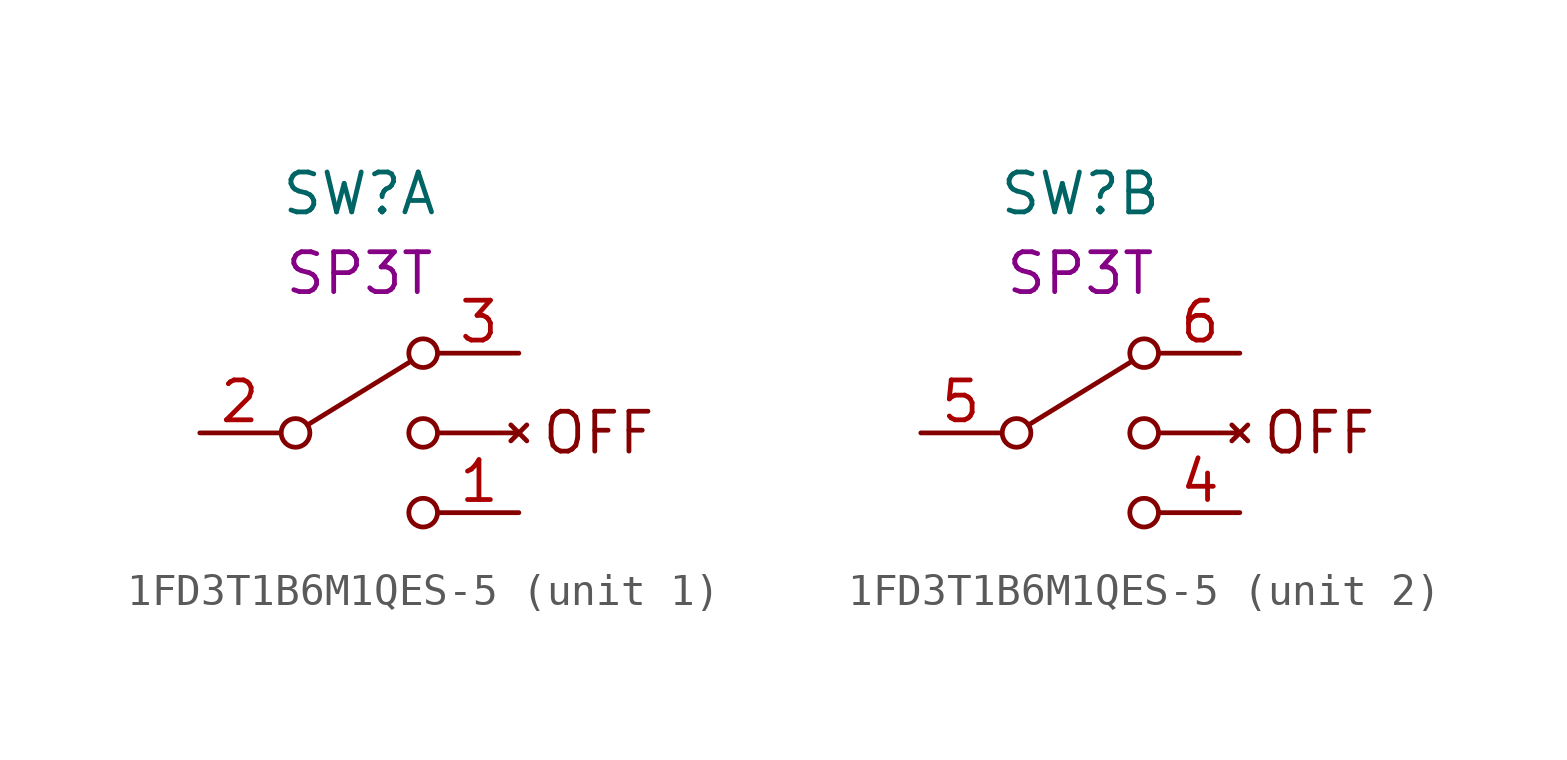
<source format=kicad_sym>
(kicad_symbol_lib
  (version 20220914)
  (generator kicad_symbol_editor)
  (symbol "1FD3T1B6M1QES-5"
    (pin_names
      (offset 0) hide)
    (property "Reference" "SW"
      (at 0 7.62 0)
      (effects (font (size 1.27 1.27))))
    (property "UserValue" "SP3T"
      (at 0 5.08 0)
      (effects (font (size 1.27 1.27))))
    (symbol "1FD3T1B6M1QES-5_0_1"
      (circle (center -2.032 0) (radius 0.457) (stroke (width 0) (type default)) (fill (type none)))
      (polyline (pts (xy -1.651 0.254) (xy 1.651 2.286)) (stroke (width 0) (type default)) (fill (type none)))
      (polyline (pts (xy 2.54 0) (xy 5.08 0)) (stroke (width 0) (type default)) (fill (type none)))
      (polyline (pts (xy 5.334 -0.254) (xy 4.826 0.254)) (stroke (width 0) (type default)) (fill (type none)))
      (polyline (pts (xy 5.334 0.254) (xy 4.826 -0.254)) (stroke (width 0) (type default)) (fill (type none)))
      (circle (center 2.032 -2.54) (radius 0.457) (stroke (width 0) (type default)) (fill (type none)))
      (circle (center 2.032 0) (radius 0.457) (stroke (width 0) (type default)) (fill (type none)))
      (circle (center 2.032 2.54) (radius 0.457) (stroke (width 0) (type default)) (fill (type none)))
      (text "OFF" (at 7.62 0 0) (effects (font (size 1.27 1.27)))))
    (symbol "1FD3T1B6M1QES-5_1_1"
      (pin passive line (at 5.08 -2.54 180) (length 2.54) (name "1" (effects (font (size 1.27 1.27)))) (number "1" (effects (font (size 1.27 1.27)))))
      (pin passive line (at -5.08 0 0) (length 2.54) (name "2" (effects (font (size 1.27 1.27)))) (number "2" (effects (font (size 1.27 1.27)))))
      (pin passive line (at 5.08 2.54 180) (length 2.54) (name "3" (effects (font (size 1.27 1.27)))) (number "3" (effects (font (size 1.27 1.27))))))
    (symbol "1FD3T1B6M1QES-5_2_1"
      (pin passive line (at 5.08 -2.54 180) (length 2.54) (name "4" (effects (font (size 1.27 1.27)))) (number "4" (effects (font (size 1.27 1.27)))))
      (pin passive line (at -5.08 0 0) (length 2.54) (name "5" (effects (font (size 1.27 1.27)))) (number "5" (effects (font (size 1.27 1.27)))))
      (pin passive line (at 5.08 2.54 180) (length 2.54) (name "6" (effects (font (size 1.27 1.27)))) (number "6" (effects (font (size 1.27 1.27))))))))
</source>
